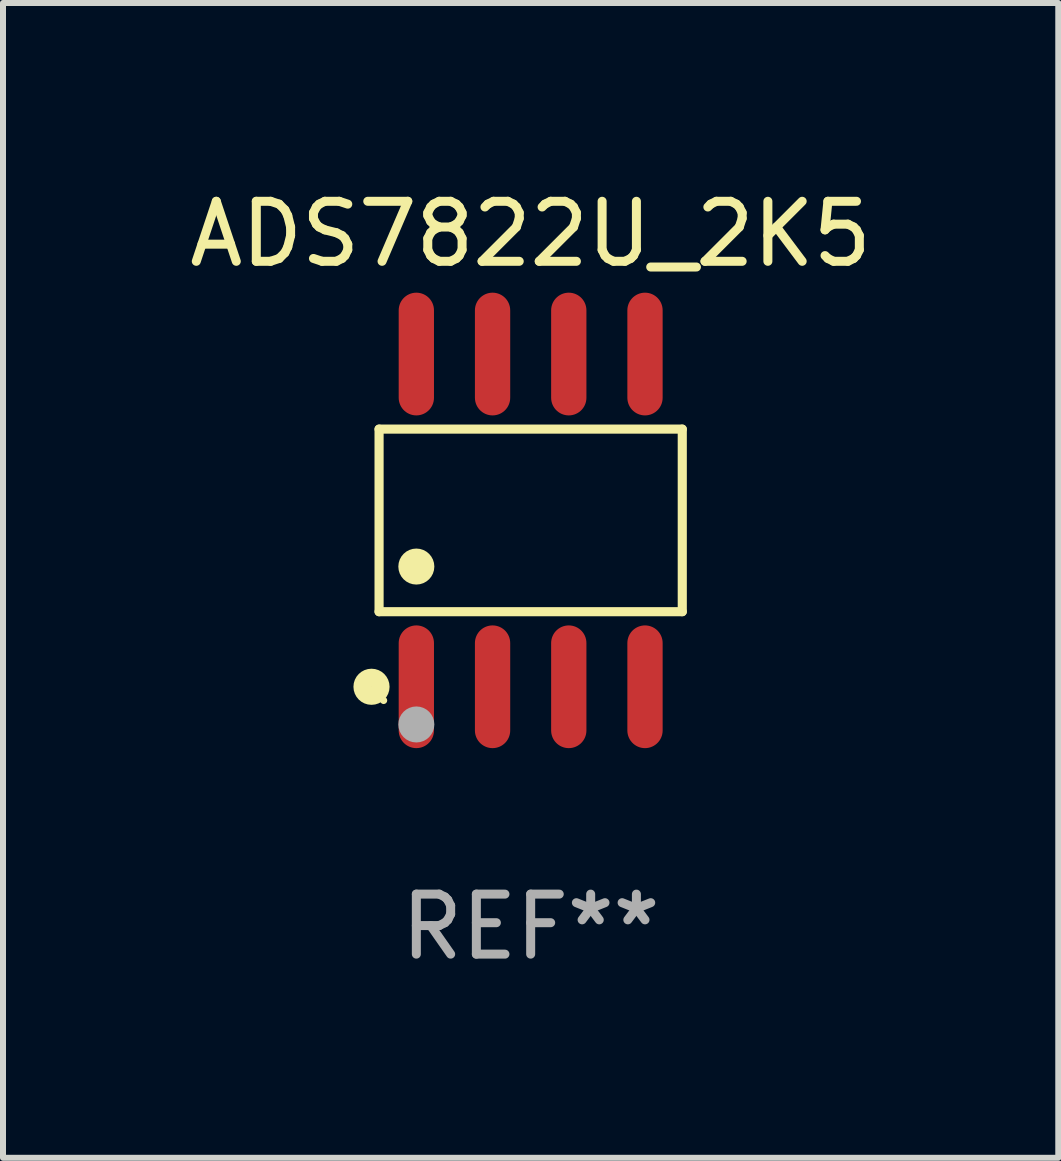
<source format=kicad_pcb>
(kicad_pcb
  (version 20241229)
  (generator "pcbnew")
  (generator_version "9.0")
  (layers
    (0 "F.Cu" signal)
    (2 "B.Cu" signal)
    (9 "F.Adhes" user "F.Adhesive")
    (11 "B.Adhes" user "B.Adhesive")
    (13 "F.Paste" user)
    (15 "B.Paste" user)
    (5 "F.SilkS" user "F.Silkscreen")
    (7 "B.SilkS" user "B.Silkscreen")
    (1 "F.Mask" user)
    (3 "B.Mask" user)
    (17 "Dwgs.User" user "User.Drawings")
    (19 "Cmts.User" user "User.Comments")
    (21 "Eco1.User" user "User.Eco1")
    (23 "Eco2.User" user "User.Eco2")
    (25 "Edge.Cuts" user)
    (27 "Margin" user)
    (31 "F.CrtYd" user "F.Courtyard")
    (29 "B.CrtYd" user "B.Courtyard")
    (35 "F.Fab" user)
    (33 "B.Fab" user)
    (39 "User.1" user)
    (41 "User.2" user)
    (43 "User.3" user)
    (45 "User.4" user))
  (footprint "ADS7822U_2K5"
    (layer "F.Cu")
    (at 5.792 5.621)
    (property "Reference" "ADS7822U_2K5" (at 0 -4.772 0) (layer "F.SilkS") (effects (font (size 1 1) (thickness 0.15))))
    (attr through_hole)
    (fp_line (start -2.526 -1.521) (end 2.526 -1.521) (stroke (width 0.152) (type solid)) (layer "F.SilkS"))
    (fp_line (start -2.526 1.521) (end -2.526 -1.521) (stroke (width 0.152) (type solid)) (layer "F.SilkS"))
    (fp_line (start 2.526 -1.521) (end 2.526 1.521) (stroke (width 0.152) (type solid)) (layer "F.SilkS"))
    (fp_line (start 2.526 1.521) (end -2.526 1.521) (stroke (width 0.152) (type solid)) (layer "F.SilkS"))
    (fp_circle (center -2.652 2.772) (end -2.501 2.772) (stroke (width 0.3) (type solid)) (fill no) (layer "F.SilkS"))
    (fp_circle (center -2.45 3) (end -2.42 3) (stroke (width 0.06) (type solid)) (fill no) (layer "F.SilkS"))
    (fp_circle (center -1.905 0.769) (end -1.755 0.769) (stroke (width 0.3) (type solid)) (fill no) (layer "F.SilkS"))
    (fp_circle (center -1.905 3.4) (end -1.755 3.4) (stroke (width 0.3) (type solid)) (fill no) (layer "F.Fab"))
    (fp_text user "REF**" (at 0 6.772 0) (layer "F.Fab") (effects (font (size 1 1) (thickness 0.15))))
    (pad "1" smd oval (at -1.905 2.772) (size 0.588 2.045) (layers "F.Cu" "F.Mask" "F.Paste"))
    (pad "2" smd oval (at -0.635 2.772) (size 0.588 2.045) (layers "F.Cu" "F.Mask" "F.Paste"))
    (pad "3" smd oval (at 0.635 2.772) (size 0.588 2.045) (layers "F.Cu" "F.Mask" "F.Paste"))
    (pad "4" smd oval (at 1.905 2.772) (size 0.588 2.045) (layers "F.Cu" "F.Mask" "F.Paste"))
    (pad "5" smd oval (at 1.905 -2.772) (size 0.588 2.045) (layers "F.Cu" "F.Mask" "F.Paste"))
    (pad "6" smd oval (at 0.635 -2.772) (size 0.588 2.045) (layers "F.Cu" "F.Mask" "F.Paste"))
    (pad "7" smd oval (at -0.635 -2.772) (size 0.588 2.045) (layers "F.Cu" "F.Mask" "F.Paste"))
    (pad "8" smd oval (at -1.905 -2.772) (size 0.588 2.045) (layers "F.Cu" "F.Mask" "F.Paste")))
  (gr_rect
    (start -3 -3)
    (end 14.583 16.241)
    (stroke (width 0.1) (type default))
    (fill no)
    (layer "Edge.Cuts")))
</source>
